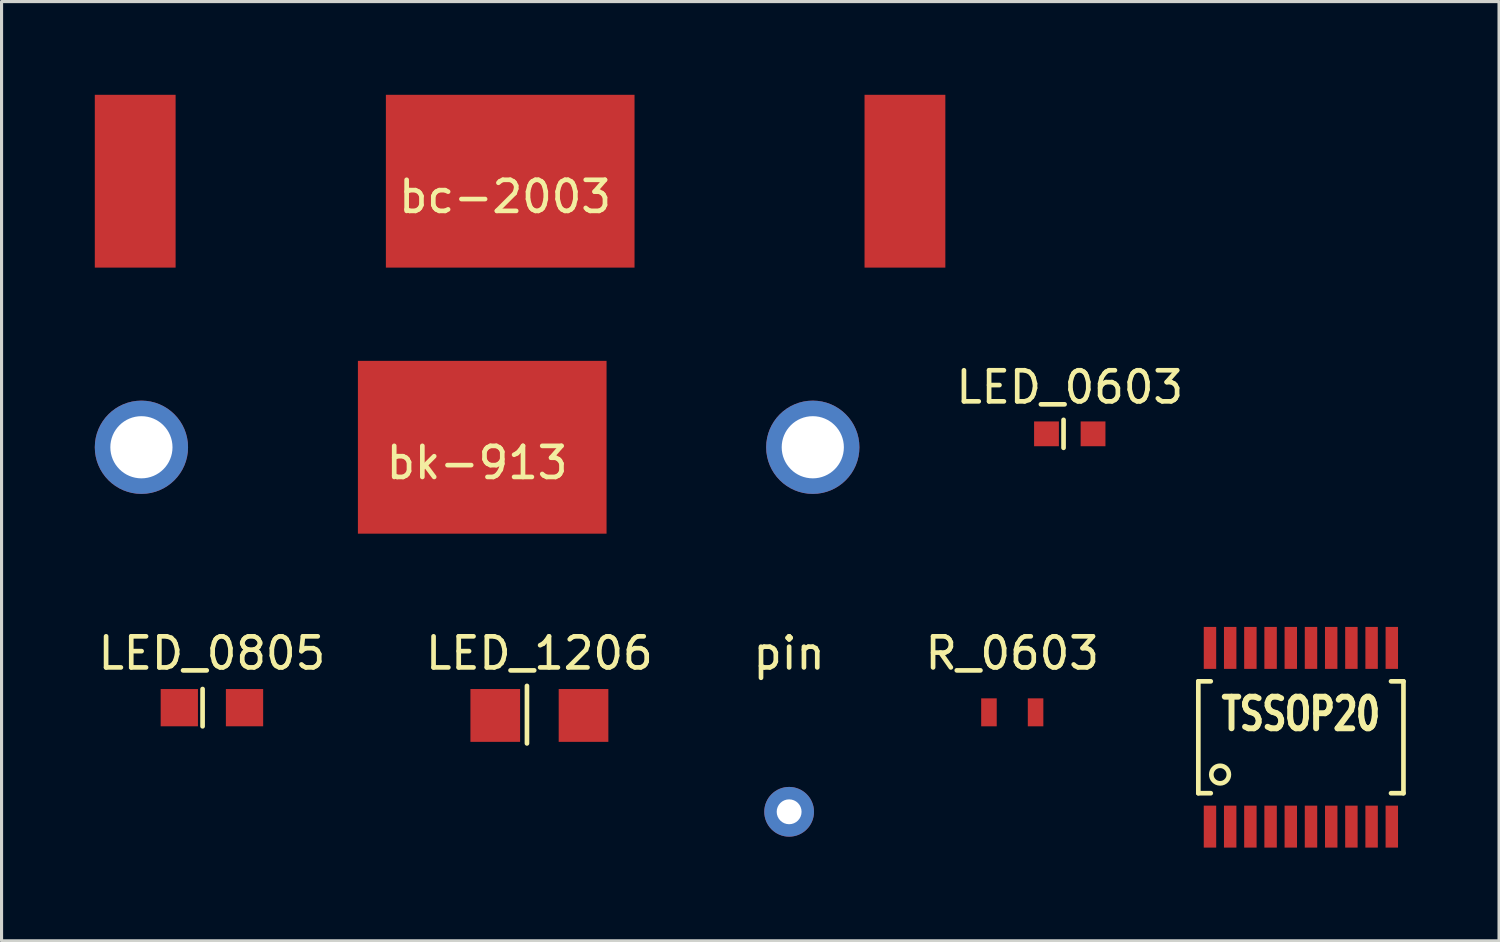
<source format=kicad_pcb>
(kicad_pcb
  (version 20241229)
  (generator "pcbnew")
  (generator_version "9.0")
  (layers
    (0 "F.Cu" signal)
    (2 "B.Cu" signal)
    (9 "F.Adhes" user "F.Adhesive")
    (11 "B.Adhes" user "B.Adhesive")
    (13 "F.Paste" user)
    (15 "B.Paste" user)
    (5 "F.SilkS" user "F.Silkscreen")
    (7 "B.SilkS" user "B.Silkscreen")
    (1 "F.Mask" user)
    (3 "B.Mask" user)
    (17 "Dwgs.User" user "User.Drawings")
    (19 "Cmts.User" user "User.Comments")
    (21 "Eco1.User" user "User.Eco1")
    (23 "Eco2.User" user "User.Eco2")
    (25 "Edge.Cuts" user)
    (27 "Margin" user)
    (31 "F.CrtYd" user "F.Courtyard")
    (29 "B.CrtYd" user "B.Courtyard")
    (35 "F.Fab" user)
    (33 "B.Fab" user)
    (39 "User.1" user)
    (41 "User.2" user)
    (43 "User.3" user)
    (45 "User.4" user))
  (footprint "R_0603"
    (layer "F.Cu")
    (at 29.518 19.868)
    (property "Reference" "R_0603" (at 0 -1.9 0) (layer "F.SilkS") (effects (font (size 1 1) (thickness 0.15))))
    (attr smd)
    (pad "1" smd rect (at -0.75 0) (size 0.5 0.9) (layers "F.Cu" "F.Mask" "F.Paste"))
    (pad "2" smd rect (at 0.75 0) (size 0.5 0.9) (layers "F.Cu" "F.Mask" "F.Paste")))
  (footprint "bc-2003"
    (layer "F.Cu")
    (at 13.2 2.78)
    (property "Reference" "bc-2003" (at 0 0.5 0) (layer "F.SilkS") (effects (font (size 1 1) (thickness 0.15))))
    (attr through_hole)
    (pad "1" smd rect (at -11.9 0) (size 2.6 5.56) (layers "F.Cu" "F.Mask" "F.Paste"))
    (pad "1" smd rect (at 12.865 0) (size 2.6 5.56) (layers "F.Cu" "F.Mask" "F.Paste"))
    (pad "2" smd rect (at 0.165 0) (size 8 5.56) (layers "F.Cu" "F.Mask" "F.Paste")))
  (footprint "LED_1206"
    (layer "F.Cu")
    (at 14.304 19.968)
    (property "Reference" "LED_1206" (at 0 -2 0) (layer "F.SilkS") (effects (font (size 1 1) (thickness 0.15))))
    (attr smd)
    (fp_line (start -0.4 -0.95) (end -0.4 0.9) (stroke (width 0.15) (type solid)) (layer "F.SilkS"))
    (pad "1" smd rect (at -1.42 0 180) (size 1.598 1.7) (layers "F.Cu" "F.Mask" "F.Paste"))
    (pad "2" smd rect (at 1.42 0 180) (size 1.598 1.7) (layers "F.Cu" "F.Mask" "F.Paste")))
  (footprint "LED_0805"
    (layer "F.Cu")
    (at 3.768 19.718)
    (property "Reference" "LED_0805" (at 0 -1.75 0) (layer "F.SilkS") (effects (font (size 1 1) (thickness 0.15))))
    (attr smd)
    (fp_line (start -0.3 0.6) (end -0.3 -0.6) (stroke (width 0.15) (type solid)) (layer "F.SilkS"))
    (pad "1" smd rect (at -1.049 0 180) (size 1.199 1.199) (layers "F.Cu" "F.Mask" "F.Paste"))
    (pad "2" smd rect (at 1.049 0 180) (size 1.199 1.199) (layers "F.Cu" "F.Mask" "F.Paste")))
  (footprint "pin"
    (layer "F.Cu")
    (at 22.339 23.068)
    (property "Reference" "pin" (at 0 -5.1 0) (layer "F.SilkS") (effects (font (size 1 1) (thickness 0.15))))
    (attr through_hole)
    (pad "1" thru_hole circle (at 0 0) (size 1.6 1.6) (drill 0.8) (layers "*.Cu" "*.Mask")))
  (footprint "TSSOP20"
    (layer "F.Cu")
    (at 38.804 20.67)
    (property "Reference" "TSSOP20" (at 0 -0.749 0) (layer "F.SilkS") (effects (font (size 1.016 0.762) (thickness 0.191))))
    (attr smd)
    (fp_line (start -3.3 -1.8) (end -3.3 1.8) (stroke (width 0.15) (type solid)) (layer "F.SilkS"))
    (fp_line (start -3.3 1.8) (end -2.9 1.8) (stroke (width 0.15) (type solid)) (layer "F.SilkS"))
    (fp_line (start -2.9 -1.8) (end -3.3 -1.8) (stroke (width 0.15) (type solid)) (layer "F.SilkS"))
    (fp_line (start 2.9 -1.8) (end 3.3 -1.8) (stroke (width 0.15) (type solid)) (layer "F.SilkS"))
    (fp_line (start 3.3 -1.8) (end 3.3 1.8) (stroke (width 0.15) (type solid)) (layer "F.SilkS"))
    (fp_line (start 3.3 1.8) (end 2.9 1.8) (stroke (width 0.15) (type solid)) (layer "F.SilkS"))
    (fp_circle (center -2.6 1.2) (end -2.4 1.4) (stroke (width 0.15) (type solid)) (fill no) (layer "F.SilkS"))
    (pad "1" smd rect (at -2.925 2.875) (size 0.4 1.35) (layers "F.Cu" "F.Mask" "F.Paste"))
    (pad "2" smd rect (at -2.275 2.875) (size 0.4 1.35) (layers "F.Cu" "F.Mask" "F.Paste"))
    (pad "3" smd rect (at -1.625 2.875) (size 0.4 1.35) (layers "F.Cu" "F.Mask" "F.Paste"))
    (pad "4" smd rect (at -0.975 2.875) (size 0.4 1.35) (layers "F.Cu" "F.Mask" "F.Paste"))
    (pad "5" smd rect (at -0.325 2.875) (size 0.4 1.35) (layers "F.Cu" "F.Mask" "F.Paste"))
    (pad "6" smd rect (at 0.325 2.875) (size 0.4 1.35) (layers "F.Cu" "F.Mask" "F.Paste"))
    (pad "7" smd rect (at 0.976 2.875) (size 0.4 1.35) (layers "F.Cu" "F.Mask" "F.Paste"))
    (pad "8" smd rect (at 1.625 2.875) (size 0.4 1.35) (layers "F.Cu" "F.Mask" "F.Paste"))
    (pad "9" smd rect (at 2.275 2.875) (size 0.4 1.35) (layers "F.Cu" "F.Mask" "F.Paste"))
    (pad "10" smd rect (at 2.925 2.875) (size 0.4 1.35) (layers "F.Cu" "F.Mask" "F.Paste"))
    (pad "11" smd rect (at 2.925 -2.875) (size 0.4 1.35) (layers "F.Cu" "F.Mask" "F.Paste"))
    (pad "12" smd rect (at 2.275 -2.875) (size 0.4 1.35) (layers "F.Cu" "F.Mask" "F.Paste"))
    (pad "13" smd rect (at 1.625 -2.875) (size 0.4 1.35) (layers "F.Cu" "F.Mask" "F.Paste"))
    (pad "14" smd rect (at 0.975 -2.875) (size 0.4 1.35) (layers "F.Cu" "F.Mask" "F.Paste"))
    (pad "15" smd rect (at 0.325 -2.875) (size 0.4 1.35) (layers "F.Cu" "F.Mask" "F.Paste"))
    (pad "16" smd rect (at -0.325 -2.875) (size 0.4 1.35) (layers "F.Cu" "F.Mask" "F.Paste"))
    (pad "17" smd rect (at -0.975 -2.875) (size 0.4 1.35) (layers "F.Cu" "F.Mask" "F.Paste"))
    (pad "18" smd rect (at -1.625 -2.875) (size 0.4 1.35) (layers "F.Cu" "F.Mask" "F.Paste"))
    (pad "19" smd rect (at -2.275 -2.875) (size 0.4 1.35) (layers "F.Cu" "F.Mask" "F.Paste"))
    (pad "20" smd rect (at -2.925 -2.875) (size 0.4 1.35) (layers "F.Cu" "F.Mask" "F.Paste")))
  (footprint "bk-913"
    (layer "F.Cu")
    (at 12.3 11.34)
    (property "Reference" "bk-913" (at 0 0.5 0) (layer "F.SilkS") (effects (font (size 1 1) (thickness 0.15))))
    (attr through_hole)
    (pad "1" thru_hole circle (at -10.8 0) (size 3 3) (drill 2) (layers "*.Cu" "*.Mask"))
    (pad "1" thru_hole circle (at 10.8 0) (size 3 3) (drill 2) (layers "*.Cu" "*.Mask"))
    (pad "2" smd rect (at 0.165 0) (size 8 5.56) (layers "F.Cu" "F.Mask" "F.Paste")))
  (footprint "LED_0603"
    (layer "F.Cu")
    (at 31.368 10.908)
    (property "Reference" "LED_0603" (at 0 -1.5 0) (layer "F.SilkS") (effects (font (size 1 1) (thickness 0.15))))
    (attr smd)
    (fp_line (start -0.2 -0.45) (end -0.2 0.45) (stroke (width 0.15) (type solid)) (layer "F.SilkS"))
    (pad "1" smd rect (at -0.749 0 180) (size 0.798 0.798) (layers "F.Cu" "F.Mask" "F.Paste"))
    (pad "2" smd rect (at 0.749 0 180) (size 0.798 0.798) (layers "F.Cu" "F.Mask" "F.Paste")))
  (gr_rect
    (start -3 -3)
    (end 45.179 27.22)
    (stroke (width 0.1) (type default))
    (fill no)
    (layer "Edge.Cuts")))
</source>
